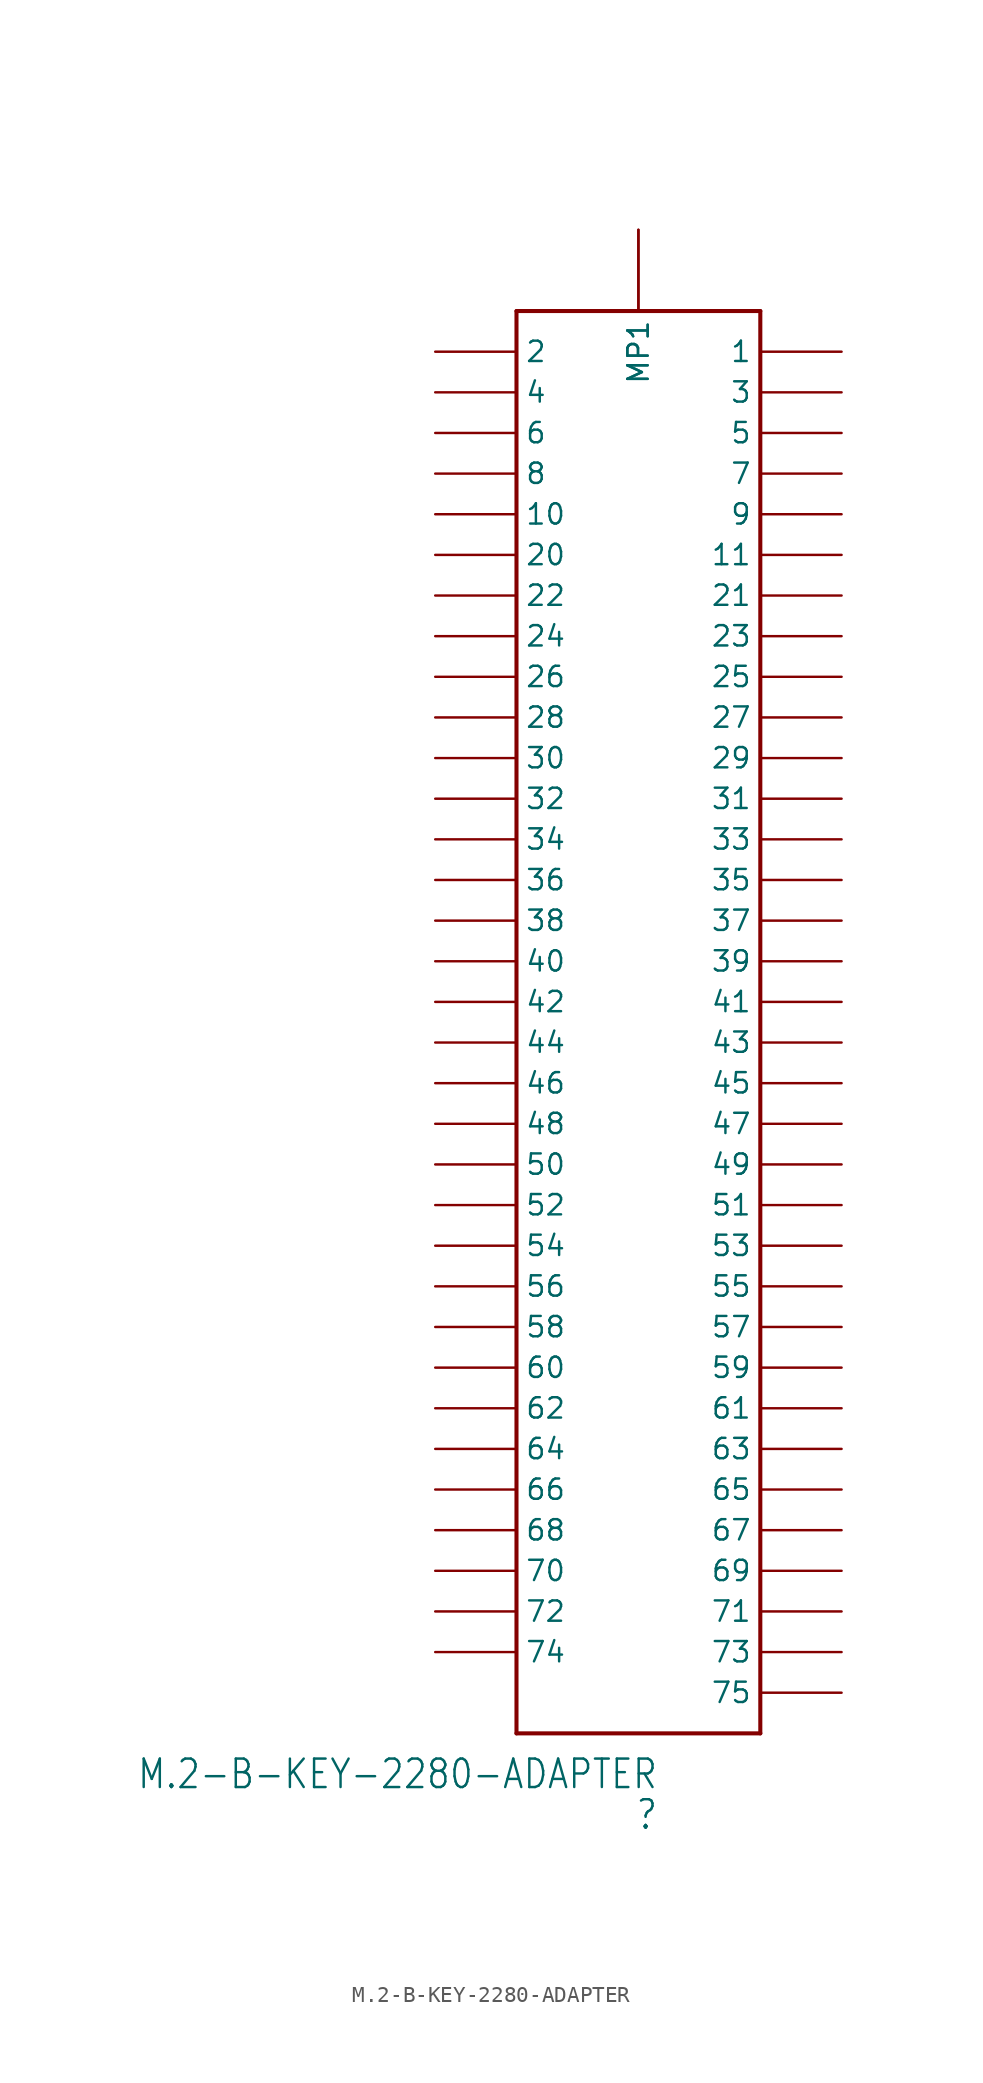
<source format=kicad_sym>
(kicad_symbol_lib
  (version 20231120)
  (generator "kicad_symbol_editor")
  (generator_version "8.0")
  (symbol "M.2-B-KEY-2280-ADAPTER"
    (property "Reference" ""
      (at 8.89 -5.08 0)
      (effects (font (size 1.778 1.511)) (justify right)))
    (property "Value" "M.2-B-KEY-2280-ADAPTER"
      (at 8.89 -2.54 0)
      (effects (font (size 1.778 1.511)) (justify right)))
    (property "ki_locked" ""
      (at 0 0 0)
      (effects (font (size 1.27 1.27))))
    (symbol "M.2-B-KEY-2280-ADAPTER_1_0"
      (polyline (pts (xy 0 0) (xy 0 88.9)) (stroke (width 0.254) (type default)) (fill (type none)))
      (polyline (pts (xy 0 0) (xy 15.24 0)) (stroke (width 0.254) (type default)) (fill (type none)))
      (polyline (pts (xy 15.24 88.9) (xy 0 88.9)) (stroke (width 0.254) (type default)) (fill (type none)))
      (polyline (pts (xy 15.24 88.9) (xy 15.24 0)) (stroke (width 0.254) (type default)) (fill (type none)))
      (pin bidirectional line (at 7.62 93.98 270) (length 5.08) (name "MP1" (effects (font (size 1.27 1.27)))) (number "MOUNTING-HOLE" (effects (font (size 0 0)))))
      (pin bidirectional line (at 7.62 93.98 270) (length 5.08) (name "MP1" (effects (font (size 1.27 1.27)))) (number "MOUNTING-HOLE2" (effects (font (size 0 0)))))
      (pin bidirectional line (at 20.32 86.36 180) (length 5.08) (name "1" (effects (font (size 1.27 1.27)))) (number "P$1" (effects (font (size 0 0)))))
      (pin bidirectional line (at -5.08 76.2 0) (length 5.08) (name "10" (effects (font (size 1.27 1.27)))) (number "P$10" (effects (font (size 0 0)))))
      (pin bidirectional line (at 20.32 73.66 180) (length 5.08) (name "11" (effects (font (size 1.27 1.27)))) (number "P$11" (effects (font (size 0 0)))))
      (pin bidirectional line (at -5.08 86.36 0) (length 5.08) (name "2" (effects (font (size 1.27 1.27)))) (number "P$2" (effects (font (size 0 0)))))
      (pin bidirectional line (at -5.08 73.66 0) (length 5.08) (name "20" (effects (font (size 1.27 1.27)))) (number "P$20" (effects (font (size 0 0)))))
      (pin bidirectional line (at 20.32 71.12 180) (length 5.08) (name "21" (effects (font (size 1.27 1.27)))) (number "P$21" (effects (font (size 0 0)))))
      (pin bidirectional line (at -5.08 71.12 0) (length 5.08) (name "22" (effects (font (size 1.27 1.27)))) (number "P$22" (effects (font (size 0 0)))))
      (pin bidirectional line (at 20.32 68.58 180) (length 5.08) (name "23" (effects (font (size 1.27 1.27)))) (number "P$23" (effects (font (size 0 0)))))
      (pin bidirectional line (at -5.08 68.58 0) (length 5.08) (name "24" (effects (font (size 1.27 1.27)))) (number "P$24" (effects (font (size 0 0)))))
      (pin bidirectional line (at 20.32 66.04 180) (length 5.08) (name "25" (effects (font (size 1.27 1.27)))) (number "P$25" (effects (font (size 0 0)))))
      (pin bidirectional line (at -5.08 66.04 0) (length 5.08) (name "26" (effects (font (size 1.27 1.27)))) (number "P$26" (effects (font (size 0 0)))))
      (pin bidirectional line (at 20.32 63.5 180) (length 5.08) (name "27" (effects (font (size 1.27 1.27)))) (number "P$27" (effects (font (size 0 0)))))
      (pin bidirectional line (at -5.08 63.5 0) (length 5.08) (name "28" (effects (font (size 1.27 1.27)))) (number "P$28" (effects (font (size 0 0)))))
      (pin bidirectional line (at 20.32 60.96 180) (length 5.08) (name "29" (effects (font (size 1.27 1.27)))) (number "P$29" (effects (font (size 0 0)))))
      (pin bidirectional line (at 20.32 83.82 180) (length 5.08) (name "3" (effects (font (size 1.27 1.27)))) (number "P$3" (effects (font (size 0 0)))))
      (pin bidirectional line (at -5.08 60.96 0) (length 5.08) (name "30" (effects (font (size 1.27 1.27)))) (number "P$30" (effects (font (size 0 0)))))
      (pin bidirectional line (at 20.32 58.42 180) (length 5.08) (name "31" (effects (font (size 1.27 1.27)))) (number "P$31" (effects (font (size 0 0)))))
      (pin bidirectional line (at -5.08 58.42 0) (length 5.08) (name "32" (effects (font (size 1.27 1.27)))) (number "P$32" (effects (font (size 0 0)))))
      (pin bidirectional line (at 20.32 55.88 180) (length 5.08) (name "33" (effects (font (size 1.27 1.27)))) (number "P$33" (effects (font (size 0 0)))))
      (pin bidirectional line (at -5.08 55.88 0) (length 5.08) (name "34" (effects (font (size 1.27 1.27)))) (number "P$34" (effects (font (size 0 0)))))
      (pin bidirectional line (at 20.32 53.34 180) (length 5.08) (name "35" (effects (font (size 1.27 1.27)))) (number "P$35" (effects (font (size 0 0)))))
      (pin bidirectional line (at -5.08 53.34 0) (length 5.08) (name "36" (effects (font (size 1.27 1.27)))) (number "P$36" (effects (font (size 0 0)))))
      (pin bidirectional line (at 20.32 50.8 180) (length 5.08) (name "37" (effects (font (size 1.27 1.27)))) (number "P$37" (effects (font (size 0 0)))))
      (pin bidirectional line (at -5.08 50.8 0) (length 5.08) (name "38" (effects (font (size 1.27 1.27)))) (number "P$38" (effects (font (size 0 0)))))
      (pin bidirectional line (at 20.32 48.26 180) (length 5.08) (name "39" (effects (font (size 1.27 1.27)))) (number "P$39" (effects (font (size 0 0)))))
      (pin bidirectional line (at -5.08 83.82 0) (length 5.08) (name "4" (effects (font (size 1.27 1.27)))) (number "P$4" (effects (font (size 0 0)))))
      (pin bidirectional line (at -5.08 48.26 0) (length 5.08) (name "40" (effects (font (size 1.27 1.27)))) (number "P$40" (effects (font (size 0 0)))))
      (pin bidirectional line (at 20.32 45.72 180) (length 5.08) (name "41" (effects (font (size 1.27 1.27)))) (number "P$41" (effects (font (size 0 0)))))
      (pin bidirectional line (at -5.08 45.72 0) (length 5.08) (name "42" (effects (font (size 1.27 1.27)))) (number "P$42" (effects (font (size 0 0)))))
      (pin bidirectional line (at 20.32 43.18 180) (length 5.08) (name "43" (effects (font (size 1.27 1.27)))) (number "P$43" (effects (font (size 0 0)))))
      (pin bidirectional line (at -5.08 43.18 0) (length 5.08) (name "44" (effects (font (size 1.27 1.27)))) (number "P$44" (effects (font (size 0 0)))))
      (pin bidirectional line (at 20.32 40.64 180) (length 5.08) (name "45" (effects (font (size 1.27 1.27)))) (number "P$45" (effects (font (size 0 0)))))
      (pin bidirectional line (at -5.08 40.64 0) (length 5.08) (name "46" (effects (font (size 1.27 1.27)))) (number "P$46" (effects (font (size 0 0)))))
      (pin bidirectional line (at 20.32 38.1 180) (length 5.08) (name "47" (effects (font (size 1.27 1.27)))) (number "P$47" (effects (font (size 0 0)))))
      (pin bidirectional line (at -5.08 38.1 0) (length 5.08) (name "48" (effects (font (size 1.27 1.27)))) (number "P$48" (effects (font (size 0 0)))))
      (pin bidirectional line (at 20.32 35.56 180) (length 5.08) (name "49" (effects (font (size 1.27 1.27)))) (number "P$49" (effects (font (size 0 0)))))
      (pin bidirectional line (at 20.32 81.28 180) (length 5.08) (name "5" (effects (font (size 1.27 1.27)))) (number "P$5" (effects (font (size 0 0)))))
      (pin bidirectional line (at -5.08 35.56 0) (length 5.08) (name "50" (effects (font (size 1.27 1.27)))) (number "P$50" (effects (font (size 0 0)))))
      (pin bidirectional line (at 20.32 33.02 180) (length 5.08) (name "51" (effects (font (size 1.27 1.27)))) (number "P$51" (effects (font (size 0 0)))))
      (pin bidirectional line (at -5.08 33.02 0) (length 5.08) (name "52" (effects (font (size 1.27 1.27)))) (number "P$52" (effects (font (size 0 0)))))
      (pin bidirectional line (at 20.32 30.48 180) (length 5.08) (name "53" (effects (font (size 1.27 1.27)))) (number "P$53" (effects (font (size 0 0)))))
      (pin bidirectional line (at -5.08 30.48 0) (length 5.08) (name "54" (effects (font (size 1.27 1.27)))) (number "P$54" (effects (font (size 0 0)))))
      (pin bidirectional line (at 20.32 27.94 180) (length 5.08) (name "55" (effects (font (size 1.27 1.27)))) (number "P$55" (effects (font (size 0 0)))))
      (pin bidirectional line (at -5.08 27.94 0) (length 5.08) (name "56" (effects (font (size 1.27 1.27)))) (number "P$56" (effects (font (size 0 0)))))
      (pin bidirectional line (at 20.32 25.4 180) (length 5.08) (name "57" (effects (font (size 1.27 1.27)))) (number "P$57" (effects (font (size 0 0)))))
      (pin bidirectional line (at -5.08 25.4 0) (length 5.08) (name "58" (effects (font (size 1.27 1.27)))) (number "P$58" (effects (font (size 0 0)))))
      (pin bidirectional line (at 20.32 22.86 180) (length 5.08) (name "59" (effects (font (size 1.27 1.27)))) (number "P$59" (effects (font (size 0 0)))))
      (pin bidirectional line (at -5.08 81.28 0) (length 5.08) (name "6" (effects (font (size 1.27 1.27)))) (number "P$6" (effects (font (size 0 0)))))
      (pin bidirectional line (at -5.08 22.86 0) (length 5.08) (name "60" (effects (font (size 1.27 1.27)))) (number "P$60" (effects (font (size 0 0)))))
      (pin bidirectional line (at 20.32 20.32 180) (length 5.08) (name "61" (effects (font (size 1.27 1.27)))) (number "P$61" (effects (font (size 0 0)))))
      (pin bidirectional line (at -5.08 20.32 0) (length 5.08) (name "62" (effects (font (size 1.27 1.27)))) (number "P$62" (effects (font (size 0 0)))))
      (pin bidirectional line (at 20.32 17.78 180) (length 5.08) (name "63" (effects (font (size 1.27 1.27)))) (number "P$63" (effects (font (size 0 0)))))
      (pin bidirectional line (at -5.08 17.78 0) (length 5.08) (name "64" (effects (font (size 1.27 1.27)))) (number "P$64" (effects (font (size 0 0)))))
      (pin bidirectional line (at 20.32 15.24 180) (length 5.08) (name "65" (effects (font (size 1.27 1.27)))) (number "P$65" (effects (font (size 0 0)))))
      (pin bidirectional line (at -5.08 15.24 0) (length 5.08) (name "66" (effects (font (size 1.27 1.27)))) (number "P$66" (effects (font (size 0 0)))))
      (pin bidirectional line (at 20.32 12.7 180) (length 5.08) (name "67" (effects (font (size 1.27 1.27)))) (number "P$67" (effects (font (size 0 0)))))
      (pin bidirectional line (at -5.08 12.7 0) (length 5.08) (name "68" (effects (font (size 1.27 1.27)))) (number "P$68" (effects (font (size 0 0)))))
      (pin bidirectional line (at 20.32 10.16 180) (length 5.08) (name "69" (effects (font (size 1.27 1.27)))) (number "P$69" (effects (font (size 0 0)))))
      (pin bidirectional line (at 20.32 78.74 180) (length 5.08) (name "7" (effects (font (size 1.27 1.27)))) (number "P$7" (effects (font (size 0 0)))))
      (pin bidirectional line (at -5.08 10.16 0) (length 5.08) (name "70" (effects (font (size 1.27 1.27)))) (number "P$70" (effects (font (size 0 0)))))
      (pin bidirectional line (at 20.32 7.62 180) (length 5.08) (name "71" (effects (font (size 1.27 1.27)))) (number "P$71" (effects (font (size 0 0)))))
      (pin bidirectional line (at -5.08 7.62 0) (length 5.08) (name "72" (effects (font (size 1.27 1.27)))) (number "P$72" (effects (font (size 0 0)))))
      (pin bidirectional line (at 20.32 5.08 180) (length 5.08) (name "73" (effects (font (size 1.27 1.27)))) (number "P$73" (effects (font (size 0 0)))))
      (pin bidirectional line (at -5.08 5.08 0) (length 5.08) (name "74" (effects (font (size 1.27 1.27)))) (number "P$74" (effects (font (size 0 0)))))
      (pin bidirectional line (at 20.32 2.54 180) (length 5.08) (name "75" (effects (font (size 1.27 1.27)))) (number "P$75" (effects (font (size 0 0)))))
      (pin bidirectional line (at -5.08 78.74 0) (length 5.08) (name "8" (effects (font (size 1.27 1.27)))) (number "P$8" (effects (font (size 0 0)))))
      (pin bidirectional line (at 20.32 76.2 180) (length 5.08) (name "9" (effects (font (size 1.27 1.27)))) (number "P$9" (effects (font (size 0 0))))))))
</source>
